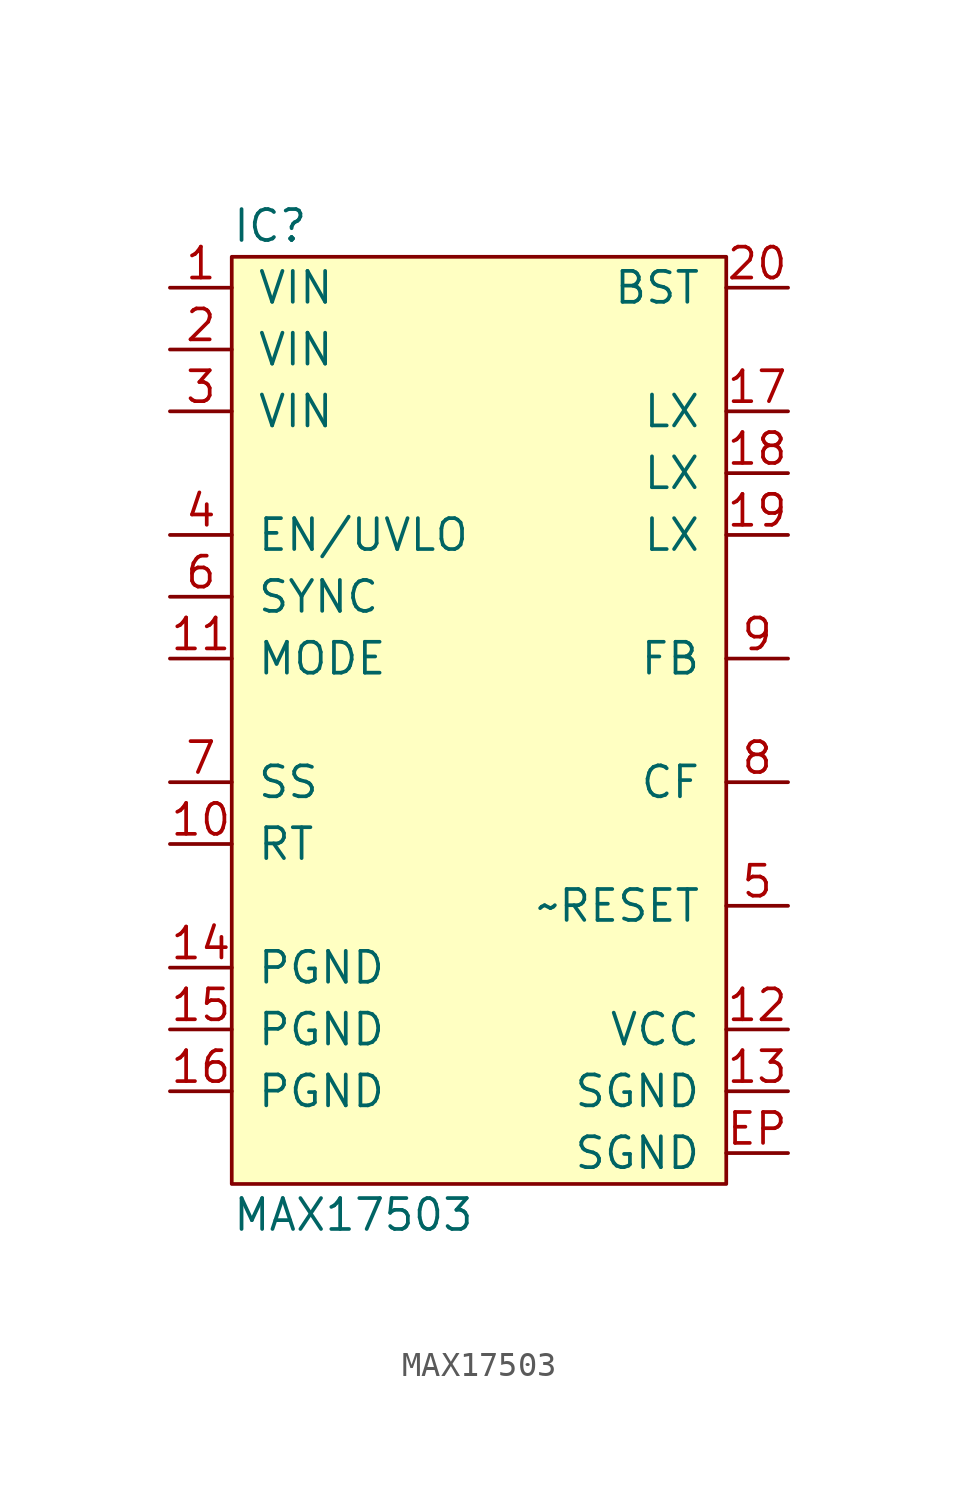
<source format=kicad_sym>
(kicad_symbol_lib
  (version 20211014)
  (generator agg_kicad.build_lib_ic)
  (symbol "MAX17503"
    (pin_names
      (offset 1.016))
    (property Reference IC
      (at -10.16 20.32 0)
      (effects (font (size 1.27 1.27)) (justify left)))
    (property Value "MAX17503"
      (at -10.16 -20.32 0)
      (effects (font (size 1.27 1.27)) (justify left)))
    (symbol "MAX17503_0_0"
      (rectangle (start -10.16 19.05) (end 10.16 -19.05) (stroke (width 0) (type default) (color 0 0 0 0)) (fill (type background)))
      (pin power_in line (at -12.7 17.78 0) (length 2.54) (name VIN (effects (font (size 1.27 1.27)))) (number "1" (effects (font (size 1.27 1.27)))))
      (pin power_in line (at -12.7 15.24 0) (length 2.54) (name VIN (effects (font (size 1.27 1.27)))) (number "2" (effects (font (size 1.27 1.27)))))
      (pin power_in line (at -12.7 12.7 0) (length 2.54) (name VIN (effects (font (size 1.27 1.27)))) (number "3" (effects (font (size 1.27 1.27)))))
      (pin input line (at -12.7 7.62 0) (length 2.54) (name "EN/UVLO" (effects (font (size 1.27 1.27)))) (number "4" (effects (font (size 1.27 1.27)))))
      (pin input line (at -12.7 5.08 0) (length 2.54) (name SYNC (effects (font (size 1.27 1.27)))) (number "6" (effects (font (size 1.27 1.27)))))
      (pin input line (at -12.7 2.54 0) (length 2.54) (name MODE (effects (font (size 1.27 1.27)))) (number "11" (effects (font (size 1.27 1.27)))))
      (pin input line (at -12.7 -2.54 0) (length 2.54) (name SS (effects (font (size 1.27 1.27)))) (number "7" (effects (font (size 1.27 1.27)))))
      (pin passive line (at -12.7 -5.08 0) (length 2.54) (name RT (effects (font (size 1.27 1.27)))) (number "10" (effects (font (size 1.27 1.27)))))
      (pin power_in line (at -12.7 -10.16 0) (length 2.54) (name PGND (effects (font (size 1.27 1.27)))) (number "14" (effects (font (size 1.27 1.27)))))
      (pin power_in line (at -12.7 -12.7 0) (length 2.54) (name PGND (effects (font (size 1.27 1.27)))) (number "15" (effects (font (size 1.27 1.27)))))
      (pin power_in line (at -12.7 -15.24 0) (length 2.54) (name PGND (effects (font (size 1.27 1.27)))) (number "16" (effects (font (size 1.27 1.27)))))
      (pin passive line (at 12.7 17.78 180) (length 2.54) (name BST (effects (font (size 1.27 1.27)))) (number "20" (effects (font (size 1.27 1.27)))))
      (pin power_out line (at 12.7 12.7 180) (length 2.54) (name LX (effects (font (size 1.27 1.27)))) (number "17" (effects (font (size 1.27 1.27)))))
      (pin passive line (at 12.7 10.16 180) (length 2.54) (name LX (effects (font (size 1.27 1.27)))) (number "18" (effects (font (size 1.27 1.27)))))
      (pin passive line (at 12.7 7.62 180) (length 2.54) (name LX (effects (font (size 1.27 1.27)))) (number "19" (effects (font (size 1.27 1.27)))))
      (pin input line (at 12.7 2.54 180) (length 2.54) (name FB (effects (font (size 1.27 1.27)))) (number "9" (effects (font (size 1.27 1.27)))))
      (pin passive line (at 12.7 -2.54 180) (length 2.54) (name CF (effects (font (size 1.27 1.27)))) (number "8" (effects (font (size 1.27 1.27)))))
      (pin output line (at 12.7 -7.62 180) (length 2.54) (name "~RESET" (effects (font (size 1.27 1.27)))) (number "5" (effects (font (size 1.27 1.27)))))
      (pin power_out line (at 12.7 -12.7 180) (length 2.54) (name VCC (effects (font (size 1.27 1.27)))) (number "12" (effects (font (size 1.27 1.27)))))
      (pin power_in line (at 12.7 -15.24 180) (length 2.54) (name SGND (effects (font (size 1.27 1.27)))) (number "13" (effects (font (size 1.27 1.27)))))
      (pin power_in line (at 12.7 -17.78 180) (length 2.54) (name SGND (effects (font (size 1.27 1.27)))) (number EP (effects (font (size 1.27 1.27))))))))
</source>
